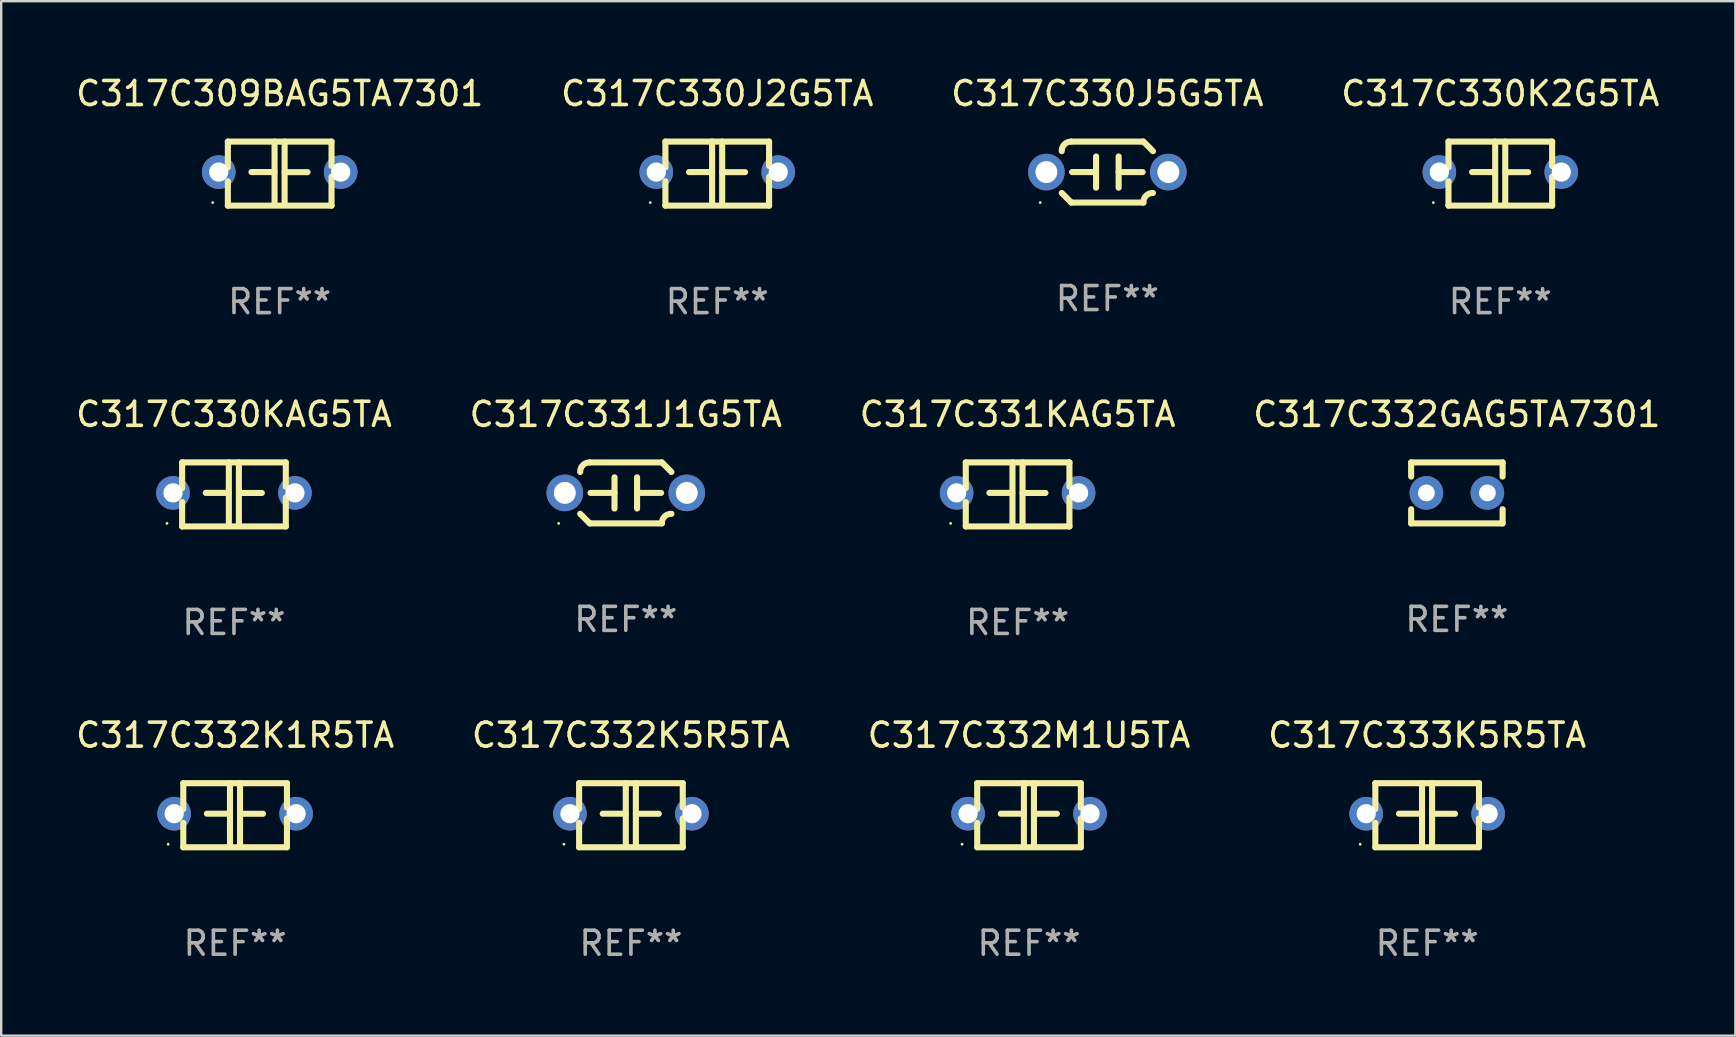
<source format=kicad_pcb>
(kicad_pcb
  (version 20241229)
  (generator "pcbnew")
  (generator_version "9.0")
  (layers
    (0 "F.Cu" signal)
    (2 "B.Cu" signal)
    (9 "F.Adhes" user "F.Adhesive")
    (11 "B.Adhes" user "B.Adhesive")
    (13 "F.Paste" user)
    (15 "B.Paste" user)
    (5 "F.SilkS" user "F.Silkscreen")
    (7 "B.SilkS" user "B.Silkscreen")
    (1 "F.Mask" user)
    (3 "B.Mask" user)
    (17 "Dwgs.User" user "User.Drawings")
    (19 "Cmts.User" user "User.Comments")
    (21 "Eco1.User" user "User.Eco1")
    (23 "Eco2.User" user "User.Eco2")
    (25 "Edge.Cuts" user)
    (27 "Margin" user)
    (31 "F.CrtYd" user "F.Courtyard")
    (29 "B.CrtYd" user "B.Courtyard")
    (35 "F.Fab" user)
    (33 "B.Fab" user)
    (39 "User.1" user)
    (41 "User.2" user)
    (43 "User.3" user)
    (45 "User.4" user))
  (footprint "C317C332GAG5TA7301"
    (layer "F.Cu")
    (at 57.637 17.482)
    (property "Reference" "C317C332GAG5TA7301" (at 0 -3.27 0) (layer "F.SilkS") (effects (font (size 1 1) (thickness 0.15))))
    (attr through_hole)
    (fp_line (start -1.905 -1.27) (end -1.905 -0.68) (stroke (width 0.254) (type solid)) (layer "F.SilkS"))
    (fp_line (start -1.905 0.68) (end -1.905 1.27) (stroke (width 0.254) (type solid)) (layer "F.SilkS"))
    (fp_line (start -1.905 1.27) (end 1.905 1.27) (stroke (width 0.254) (type solid)) (layer "F.SilkS"))
    (fp_line (start 1.905 -1.27) (end -1.905 -1.27) (stroke (width 0.254) (type solid)) (layer "F.SilkS"))
    (fp_line (start 1.905 -0.68) (end 1.905 -1.27) (stroke (width 0.254) (type solid)) (layer "F.SilkS"))
    (fp_line (start 1.905 1.27) (end 1.905 0.68) (stroke (width 0.254) (type solid)) (layer "F.SilkS"))
    (fp_circle (center -1.9 1.27) (end -1.87 1.27) (stroke (width 0.06) (type solid)) (fill no) (layer "F.SilkS"))
    (fp_text user "REF**" (at 0 5.27 0) (layer "F.Fab") (effects (font (size 1 1) (thickness 0.15))))
    (pad "1" thru_hole circle (at -1.27 0) (size 1.4 1.4) (drill 0.7) (layers "*.Cu" "*.Mask"))
    (pad "2" thru_hole circle (at 1.27 0) (size 1.4 1.4) (drill 0.7) (layers "*.Cu" "*.Mask")))
  (footprint "C317C331KAG5TA"
    (layer "F.Cu")
    (at 39.339 17.545)
    (property "Reference" "C317C331KAG5TA" (at 0 -3.334 0) (layer "F.SilkS") (effects (font (size 1 1) (thickness 0.15))))
    (attr through_hole)
    (fp_line (start -2.159 -1.334) (end 2.159 -1.334) (stroke (width 0.254) (type solid)) (layer "F.SilkS"))
    (fp_line (start -2.159 -0.256) (end -2.159 -1.334) (stroke (width 0.254) (type solid)) (layer "F.SilkS"))
    (fp_line (start -2.159 1.334) (end -2.159 0.318) (stroke (width 0.254) (type solid)) (layer "F.SilkS"))
    (fp_line (start -0.22 -0.064) (end -1.175 -0.064) (stroke (width 0.254) (type solid)) (layer "F.SilkS"))
    (fp_line (start -0.214 -1.334) (end -0.214 1.207) (stroke (width 0.254) (type solid)) (layer "F.SilkS"))
    (fp_line (start 0.205 -1.334) (end 0.205 1.207) (stroke (width 0.254) (type solid)) (layer "F.SilkS"))
    (fp_line (start 0.205 -0.061) (end 1.16 -0.061) (stroke (width 0.254) (type solid)) (layer "F.SilkS"))
    (fp_line (start 2.159 -1.334) (end 2.159 -0.318) (stroke (width 0.254) (type solid)) (layer "F.SilkS"))
    (fp_line (start 2.159 0.129) (end 2.159 1.334) (stroke (width 0.254) (type solid)) (layer "F.SilkS"))
    (fp_line (start 2.159 1.334) (end -2.159 1.334) (stroke (width 0.254) (type solid)) (layer "F.SilkS"))
    (fp_circle (center -2.79 1.207) (end -2.76 1.207) (stroke (width 0.06) (type solid)) (fill no) (layer "F.SilkS"))
    (fp_text user "REF**" (at 0 5.334 0) (layer "F.Fab") (effects (font (size 1 1) (thickness 0.15))))
    (pad "1" thru_hole circle (at -2.54 -0.064) (size 1.4 1.4) (drill 0.8) (layers "*.Cu" "*.Mask"))
    (pad "2" thru_hole circle (at 2.54 -0.064) (size 1.4 1.4) (drill 0.8) (layers "*.Cu" "*.Mask")))
  (footprint "C317C330J2G5TA"
    (layer "F.Cu")
    (at 26.827 4.182)
    (property "Reference" "C317C330J2G5TA" (at 0 -3.334 0) (layer "F.SilkS") (effects (font (size 1 1) (thickness 0.15))))
    (attr through_hole)
    (fp_line (start -2.159 -1.334) (end 2.159 -1.334) (stroke (width 0.254) (type solid)) (layer "F.SilkS"))
    (fp_line (start -2.159 -0.256) (end -2.159 -1.334) (stroke (width 0.254) (type solid)) (layer "F.SilkS"))
    (fp_line (start -2.159 1.334) (end -2.159 0.318) (stroke (width 0.254) (type solid)) (layer "F.SilkS"))
    (fp_line (start -0.22 -0.064) (end -1.175 -0.064) (stroke (width 0.254) (type solid)) (layer "F.SilkS"))
    (fp_line (start -0.214 -1.334) (end -0.214 1.207) (stroke (width 0.254) (type solid)) (layer "F.SilkS"))
    (fp_line (start 0.205 -1.334) (end 0.205 1.207) (stroke (width 0.254) (type solid)) (layer "F.SilkS"))
    (fp_line (start 0.205 -0.061) (end 1.16 -0.061) (stroke (width 0.254) (type solid)) (layer "F.SilkS"))
    (fp_line (start 2.159 -1.334) (end 2.159 -0.318) (stroke (width 0.254) (type solid)) (layer "F.SilkS"))
    (fp_line (start 2.159 0.129) (end 2.159 1.334) (stroke (width 0.254) (type solid)) (layer "F.SilkS"))
    (fp_line (start 2.159 1.334) (end -2.159 1.334) (stroke (width 0.254) (type solid)) (layer "F.SilkS"))
    (fp_circle (center -2.79 1.207) (end -2.76 1.207) (stroke (width 0.06) (type solid)) (fill no) (layer "F.SilkS"))
    (fp_text user "REF**" (at 0 5.334 0) (layer "F.Fab") (effects (font (size 1 1) (thickness 0.15))))
    (pad "1" thru_hole circle (at -2.54 -0.064) (size 1.4 1.4) (drill 0.8) (layers "*.Cu" "*.Mask"))
    (pad "2" thru_hole circle (at 2.54 -0.064) (size 1.4 1.4) (drill 0.8) (layers "*.Cu" "*.Mask")))
  (footprint "C317C330J5G5TA"
    (layer "F.Cu")
    (at 43.077 4.118)
    (property "Reference" "C317C330J5G5TA" (at 0 -3.27 0) (layer "F.SilkS") (effects (font (size 1 1) (thickness 0.15))))
    (attr through_hole)
    (fp_line (start -1.5 -1.27) (end 1.5 -1.27) (stroke (width 0.254) (type solid)) (layer "F.SilkS"))
    (fp_line (start -0.47 -0.65) (end -0.47 0.65) (stroke (width 0.254) (type solid)) (layer "F.SilkS"))
    (fp_line (start -0.47 -0.000381) (end -1.47 -0.000381) (stroke (width 0.254) (type solid)) (layer "F.SilkS"))
    (fp_line (start 0.47 0.000356) (end 1.47 0.000356) (stroke (width 0.254) (type solid)) (layer "F.SilkS"))
    (fp_line (start 0.47 0.65) (end 0.47 -0.65) (stroke (width 0.254) (type solid)) (layer "F.SilkS"))
    (fp_line (start 1.5 1.27) (end -1.5 1.27) (stroke (width 0.254) (type solid)) (layer "F.SilkS"))
    (fp_arc (start -1.899924 -0.871221) (mid -1.78599 -1.156887) (end -1.5 -1.270003) (stroke (width 0.254001) (type solid)) (layer "F.SilkS"))
    (fp_arc (start -1.501217 1.269929) (mid -1.700682 1.070039) (end -1.9 0.870003) (stroke (width 0.254001) (type solid)) (layer "F.SilkS"))
    (fp_arc (start 1.5 1.270003) (mid 1.614112 0.984517) (end 1.899923 0.871222) (stroke (width 0.254001) (type solid)) (layer "F.SilkS"))
    (fp_arc (start 1.501219 -1.269927) (mid 1.70319 -1.072538) (end 1.9 -0.870003) (stroke (width 0.254001) (type solid)) (layer "F.SilkS"))
    (fp_circle (center -2.795 1.27) (end -2.765 1.27) (stroke (width 0.06) (type solid)) (fill no) (layer "F.SilkS"))
    (fp_text user "REF**" (at 0 5.27 0) (layer "F.Fab") (effects (font (size 1 1) (thickness 0.15))))
    (pad "1" thru_hole circle (at -2.54 0) (size 1.524 1.524) (drill 0.914) (layers "*.Cu" "*.Mask"))
    (pad "2" thru_hole circle (at 2.54 0) (size 1.524 1.524) (drill 0.914) (layers "*.Cu" "*.Mask")))
  (footprint "C317C333K5R5TA"
    (layer "F.Cu")
    (at 56.399 30.909)
    (property "Reference" "C317C333K5R5TA" (at 0 -3.334 0) (layer "F.SilkS") (effects (font (size 1 1) (thickness 0.15))))
    (attr through_hole)
    (fp_line (start -2.159 -1.334) (end 2.159 -1.334) (stroke (width 0.254) (type solid)) (layer "F.SilkS"))
    (fp_line (start -2.159 -0.256) (end -2.159 -1.334) (stroke (width 0.254) (type solid)) (layer "F.SilkS"))
    (fp_line (start -2.159 1.334) (end -2.159 0.318) (stroke (width 0.254) (type solid)) (layer "F.SilkS"))
    (fp_line (start -0.22 -0.064) (end -1.175 -0.064) (stroke (width 0.254) (type solid)) (layer "F.SilkS"))
    (fp_line (start -0.214 -1.334) (end -0.214 1.207) (stroke (width 0.254) (type solid)) (layer "F.SilkS"))
    (fp_line (start 0.205 -1.334) (end 0.205 1.207) (stroke (width 0.254) (type solid)) (layer "F.SilkS"))
    (fp_line (start 0.205 -0.061) (end 1.16 -0.061) (stroke (width 0.254) (type solid)) (layer "F.SilkS"))
    (fp_line (start 2.159 -1.334) (end 2.159 -0.318) (stroke (width 0.254) (type solid)) (layer "F.SilkS"))
    (fp_line (start 2.159 0.129) (end 2.159 1.334) (stroke (width 0.254) (type solid)) (layer "F.SilkS"))
    (fp_line (start 2.159 1.334) (end -2.159 1.334) (stroke (width 0.254) (type solid)) (layer "F.SilkS"))
    (fp_circle (center -2.79 1.207) (end -2.76 1.207) (stroke (width 0.06) (type solid)) (fill no) (layer "F.SilkS"))
    (fp_text user "REF**" (at 0 5.334 0) (layer "F.Fab") (effects (font (size 1 1) (thickness 0.15))))
    (pad "1" thru_hole circle (at -2.54 -0.064) (size 1.4 1.4) (drill 0.8) (layers "*.Cu" "*.Mask"))
    (pad "2" thru_hole circle (at 2.54 -0.064) (size 1.4 1.4) (drill 0.8) (layers "*.Cu" "*.Mask")))
  (footprint "C317C332K5R5TA"
    (layer "F.Cu")
    (at 23.232 30.909)
    (property "Reference" "C317C332K5R5TA" (at 0 -3.334 0) (layer "F.SilkS") (effects (font (size 1 1) (thickness 0.15))))
    (attr through_hole)
    (fp_line (start -2.159 -1.334) (end 2.159 -1.334) (stroke (width 0.254) (type solid)) (layer "F.SilkS"))
    (fp_line (start -2.159 -0.256) (end -2.159 -1.334) (stroke (width 0.254) (type solid)) (layer "F.SilkS"))
    (fp_line (start -2.159 1.334) (end -2.159 0.318) (stroke (width 0.254) (type solid)) (layer "F.SilkS"))
    (fp_line (start -0.22 -0.064) (end -1.175 -0.064) (stroke (width 0.254) (type solid)) (layer "F.SilkS"))
    (fp_line (start -0.214 -1.334) (end -0.214 1.207) (stroke (width 0.254) (type solid)) (layer "F.SilkS"))
    (fp_line (start 0.205 -1.334) (end 0.205 1.207) (stroke (width 0.254) (type solid)) (layer "F.SilkS"))
    (fp_line (start 0.205 -0.061) (end 1.16 -0.061) (stroke (width 0.254) (type solid)) (layer "F.SilkS"))
    (fp_line (start 2.159 -1.334) (end 2.159 -0.318) (stroke (width 0.254) (type solid)) (layer "F.SilkS"))
    (fp_line (start 2.159 0.129) (end 2.159 1.334) (stroke (width 0.254) (type solid)) (layer "F.SilkS"))
    (fp_line (start 2.159 1.334) (end -2.159 1.334) (stroke (width 0.254) (type solid)) (layer "F.SilkS"))
    (fp_circle (center -2.79 1.207) (end -2.76 1.207) (stroke (width 0.06) (type solid)) (fill no) (layer "F.SilkS"))
    (fp_text user "REF**" (at 0 5.334 0) (layer "F.Fab") (effects (font (size 1 1) (thickness 0.15))))
    (pad "1" thru_hole circle (at -2.54 -0.064) (size 1.4 1.4) (drill 0.8) (layers "*.Cu" "*.Mask"))
    (pad "2" thru_hole circle (at 2.54 -0.064) (size 1.4 1.4) (drill 0.8) (layers "*.Cu" "*.Mask")))
  (footprint "C317C332M1U5TA"
    (layer "F.Cu")
    (at 39.815 30.909)
    (property "Reference" "C317C332M1U5TA" (at 0 -3.334 0) (layer "F.SilkS") (effects (font (size 1 1) (thickness 0.15))))
    (attr through_hole)
    (fp_line (start -2.159 -1.334) (end 2.159 -1.334) (stroke (width 0.254) (type solid)) (layer "F.SilkS"))
    (fp_line (start -2.159 -0.256) (end -2.159 -1.334) (stroke (width 0.254) (type solid)) (layer "F.SilkS"))
    (fp_line (start -2.159 1.334) (end -2.159 0.318) (stroke (width 0.254) (type solid)) (layer "F.SilkS"))
    (fp_line (start -0.22 -0.064) (end -1.175 -0.064) (stroke (width 0.254) (type solid)) (layer "F.SilkS"))
    (fp_line (start -0.214 -1.334) (end -0.214 1.207) (stroke (width 0.254) (type solid)) (layer "F.SilkS"))
    (fp_line (start 0.205 -1.334) (end 0.205 1.207) (stroke (width 0.254) (type solid)) (layer "F.SilkS"))
    (fp_line (start 0.205 -0.061) (end 1.16 -0.061) (stroke (width 0.254) (type solid)) (layer "F.SilkS"))
    (fp_line (start 2.159 -1.334) (end 2.159 -0.318) (stroke (width 0.254) (type solid)) (layer "F.SilkS"))
    (fp_line (start 2.159 0.129) (end 2.159 1.334) (stroke (width 0.254) (type solid)) (layer "F.SilkS"))
    (fp_line (start 2.159 1.334) (end -2.159 1.334) (stroke (width 0.254) (type solid)) (layer "F.SilkS"))
    (fp_circle (center -2.79 1.207) (end -2.76 1.207) (stroke (width 0.06) (type solid)) (fill no) (layer "F.SilkS"))
    (fp_text user "REF**" (at 0 5.334 0) (layer "F.Fab") (effects (font (size 1 1) (thickness 0.15))))
    (pad "1" thru_hole circle (at -2.54 -0.064) (size 1.4 1.4) (drill 0.8) (layers "*.Cu" "*.Mask"))
    (pad "2" thru_hole circle (at 2.54 -0.064) (size 1.4 1.4) (drill 0.8) (layers "*.Cu" "*.Mask")))
  (footprint "C317C309BAG5TA7301"
    (layer "F.Cu")
    (at 8.601 4.182)
    (property "Reference" "C317C309BAG5TA7301" (at 0 -3.334 0) (layer "F.SilkS") (effects (font (size 1 1) (thickness 0.15))))
    (attr through_hole)
    (fp_line (start -2.159 -1.334) (end 2.159 -1.334) (stroke (width 0.254) (type solid)) (layer "F.SilkS"))
    (fp_line (start -2.159 -0.256) (end -2.159 -1.334) (stroke (width 0.254) (type solid)) (layer "F.SilkS"))
    (fp_line (start -2.159 1.334) (end -2.159 0.318) (stroke (width 0.254) (type solid)) (layer "F.SilkS"))
    (fp_line (start -0.22 -0.064) (end -1.175 -0.064) (stroke (width 0.254) (type solid)) (layer "F.SilkS"))
    (fp_line (start -0.214 -1.334) (end -0.214 1.207) (stroke (width 0.254) (type solid)) (layer "F.SilkS"))
    (fp_line (start 0.205 -1.334) (end 0.205 1.207) (stroke (width 0.254) (type solid)) (layer "F.SilkS"))
    (fp_line (start 0.205 -0.061) (end 1.16 -0.061) (stroke (width 0.254) (type solid)) (layer "F.SilkS"))
    (fp_line (start 2.159 -1.334) (end 2.159 -0.318) (stroke (width 0.254) (type solid)) (layer "F.SilkS"))
    (fp_line (start 2.159 0.129) (end 2.159 1.334) (stroke (width 0.254) (type solid)) (layer "F.SilkS"))
    (fp_line (start 2.159 1.334) (end -2.159 1.334) (stroke (width 0.254) (type solid)) (layer "F.SilkS"))
    (fp_circle (center -2.79 1.207) (end -2.76 1.207) (stroke (width 0.06) (type solid)) (fill no) (layer "F.SilkS"))
    (fp_text user "REF**" (at 0 5.334 0) (layer "F.Fab") (effects (font (size 1 1) (thickness 0.15))))
    (pad "1" thru_hole circle (at -2.54 -0.064) (size 1.4 1.4) (drill 0.8) (layers "*.Cu" "*.Mask"))
    (pad "2" thru_hole circle (at 2.54 -0.064) (size 1.4 1.4) (drill 0.8) (layers "*.Cu" "*.Mask")))
  (footprint "C317C330K2G5TA"
    (layer "F.Cu")
    (at 59.446 4.182)
    (property "Reference" "C317C330K2G5TA" (at 0 -3.334 0) (layer "F.SilkS") (effects (font (size 1 1) (thickness 0.15))))
    (attr through_hole)
    (fp_line (start -2.159 -1.334) (end 2.159 -1.334) (stroke (width 0.254) (type solid)) (layer "F.SilkS"))
    (fp_line (start -2.159 -0.256) (end -2.159 -1.334) (stroke (width 0.254) (type solid)) (layer "F.SilkS"))
    (fp_line (start -2.159 1.334) (end -2.159 0.318) (stroke (width 0.254) (type solid)) (layer "F.SilkS"))
    (fp_line (start -0.22 -0.064) (end -1.175 -0.064) (stroke (width 0.254) (type solid)) (layer "F.SilkS"))
    (fp_line (start -0.214 -1.334) (end -0.214 1.207) (stroke (width 0.254) (type solid)) (layer "F.SilkS"))
    (fp_line (start 0.205 -1.334) (end 0.205 1.207) (stroke (width 0.254) (type solid)) (layer "F.SilkS"))
    (fp_line (start 0.205 -0.061) (end 1.16 -0.061) (stroke (width 0.254) (type solid)) (layer "F.SilkS"))
    (fp_line (start 2.159 -1.334) (end 2.159 -0.318) (stroke (width 0.254) (type solid)) (layer "F.SilkS"))
    (fp_line (start 2.159 0.129) (end 2.159 1.334) (stroke (width 0.254) (type solid)) (layer "F.SilkS"))
    (fp_line (start 2.159 1.334) (end -2.159 1.334) (stroke (width 0.254) (type solid)) (layer "F.SilkS"))
    (fp_circle (center -2.79 1.207) (end -2.76 1.207) (stroke (width 0.06) (type solid)) (fill no) (layer "F.SilkS"))
    (fp_text user "REF**" (at 0 5.334 0) (layer "F.Fab") (effects (font (size 1 1) (thickness 0.15))))
    (pad "1" thru_hole circle (at -2.54 -0.064) (size 1.4 1.4) (drill 0.8) (layers "*.Cu" "*.Mask"))
    (pad "2" thru_hole circle (at 2.54 -0.064) (size 1.4 1.4) (drill 0.8) (layers "*.Cu" "*.Mask")))
  (footprint "C317C331J1G5TA"
    (layer "F.Cu")
    (at 23.018 17.482)
    (property "Reference" "C317C331J1G5TA" (at 0 -3.27 0) (layer "F.SilkS") (effects (font (size 1 1) (thickness 0.15))))
    (attr through_hole)
    (fp_line (start -1.5 -1.27) (end 1.5 -1.27) (stroke (width 0.254) (type solid)) (layer "F.SilkS"))
    (fp_line (start -0.47 -0.65) (end -0.47 0.65) (stroke (width 0.254) (type solid)) (layer "F.SilkS"))
    (fp_line (start -0.47 -0.000381) (end -1.47 -0.000381) (stroke (width 0.254) (type solid)) (layer "F.SilkS"))
    (fp_line (start 0.47 0.000356) (end 1.47 0.000356) (stroke (width 0.254) (type solid)) (layer "F.SilkS"))
    (fp_line (start 0.47 0.65) (end 0.47 -0.65) (stroke (width 0.254) (type solid)) (layer "F.SilkS"))
    (fp_line (start 1.5 1.27) (end -1.5 1.27) (stroke (width 0.254) (type solid)) (layer "F.SilkS"))
    (fp_arc (start -1.899924 -0.871221) (mid -1.78599 -1.156887) (end -1.5 -1.270003) (stroke (width 0.254001) (type solid)) (layer "F.SilkS"))
    (fp_arc (start -1.501217 1.269929) (mid -1.700682 1.070039) (end -1.9 0.870003) (stroke (width 0.254001) (type solid)) (layer "F.SilkS"))
    (fp_arc (start 1.5 1.270003) (mid 1.614112 0.984517) (end 1.899923 0.871222) (stroke (width 0.254001) (type solid)) (layer "F.SilkS"))
    (fp_arc (start 1.501219 -1.269927) (mid 1.70319 -1.072538) (end 1.9 -0.870003) (stroke (width 0.254001) (type solid)) (layer "F.SilkS"))
    (fp_circle (center -2.795 1.27) (end -2.765 1.27) (stroke (width 0.06) (type solid)) (fill no) (layer "F.SilkS"))
    (fp_text user "REF**" (at 0 5.27 0) (layer "F.Fab") (effects (font (size 1 1) (thickness 0.15))))
    (pad "1" thru_hole circle (at -2.54 0) (size 1.524 1.524) (drill 0.914) (layers "*.Cu" "*.Mask"))
    (pad "2" thru_hole circle (at 2.54 0) (size 1.524 1.524) (drill 0.914) (layers "*.Cu" "*.Mask")))
  (footprint "C317C330KAG5TA"
    (layer "F.Cu")
    (at 6.696 17.545)
    (property "Reference" "C317C330KAG5TA" (at 0 -3.334 0) (layer "F.SilkS") (effects (font (size 1 1) (thickness 0.15))))
    (attr through_hole)
    (fp_line (start -2.159 -1.334) (end 2.159 -1.334) (stroke (width 0.254) (type solid)) (layer "F.SilkS"))
    (fp_line (start -2.159 -0.256) (end -2.159 -1.334) (stroke (width 0.254) (type solid)) (layer "F.SilkS"))
    (fp_line (start -2.159 1.334) (end -2.159 0.318) (stroke (width 0.254) (type solid)) (layer "F.SilkS"))
    (fp_line (start -0.22 -0.064) (end -1.175 -0.064) (stroke (width 0.254) (type solid)) (layer "F.SilkS"))
    (fp_line (start -0.214 -1.334) (end -0.214 1.207) (stroke (width 0.254) (type solid)) (layer "F.SilkS"))
    (fp_line (start 0.205 -1.334) (end 0.205 1.207) (stroke (width 0.254) (type solid)) (layer "F.SilkS"))
    (fp_line (start 0.205 -0.061) (end 1.16 -0.061) (stroke (width 0.254) (type solid)) (layer "F.SilkS"))
    (fp_line (start 2.159 -1.334) (end 2.159 -0.318) (stroke (width 0.254) (type solid)) (layer "F.SilkS"))
    (fp_line (start 2.159 0.129) (end 2.159 1.334) (stroke (width 0.254) (type solid)) (layer "F.SilkS"))
    (fp_line (start 2.159 1.334) (end -2.159 1.334) (stroke (width 0.254) (type solid)) (layer "F.SilkS"))
    (fp_circle (center -2.79 1.207) (end -2.76 1.207) (stroke (width 0.06) (type solid)) (fill no) (layer "F.SilkS"))
    (fp_text user "REF**" (at 0 5.334 0) (layer "F.Fab") (effects (font (size 1 1) (thickness 0.15))))
    (pad "1" thru_hole circle (at -2.54 -0.064) (size 1.4 1.4) (drill 0.8) (layers "*.Cu" "*.Mask"))
    (pad "2" thru_hole circle (at 2.54 -0.064) (size 1.4 1.4) (drill 0.8) (layers "*.Cu" "*.Mask")))
  (footprint "C317C332K1R5TA"
    (layer "F.Cu")
    (at 6.744 30.909)
    (property "Reference" "C317C332K1R5TA" (at 0 -3.334 0) (layer "F.SilkS") (effects (font (size 1 1) (thickness 0.15))))
    (attr through_hole)
    (fp_line (start -2.159 -1.334) (end 2.159 -1.334) (stroke (width 0.254) (type solid)) (layer "F.SilkS"))
    (fp_line (start -2.159 -0.256) (end -2.159 -1.334) (stroke (width 0.254) (type solid)) (layer "F.SilkS"))
    (fp_line (start -2.159 1.334) (end -2.159 0.318) (stroke (width 0.254) (type solid)) (layer "F.SilkS"))
    (fp_line (start -0.22 -0.064) (end -1.175 -0.064) (stroke (width 0.254) (type solid)) (layer "F.SilkS"))
    (fp_line (start -0.214 -1.334) (end -0.214 1.207) (stroke (width 0.254) (type solid)) (layer "F.SilkS"))
    (fp_line (start 0.205 -1.334) (end 0.205 1.207) (stroke (width 0.254) (type solid)) (layer "F.SilkS"))
    (fp_line (start 0.205 -0.061) (end 1.16 -0.061) (stroke (width 0.254) (type solid)) (layer "F.SilkS"))
    (fp_line (start 2.159 -1.334) (end 2.159 -0.318) (stroke (width 0.254) (type solid)) (layer "F.SilkS"))
    (fp_line (start 2.159 0.129) (end 2.159 1.334) (stroke (width 0.254) (type solid)) (layer "F.SilkS"))
    (fp_line (start 2.159 1.334) (end -2.159 1.334) (stroke (width 0.254) (type solid)) (layer "F.SilkS"))
    (fp_circle (center -2.79 1.207) (end -2.76 1.207) (stroke (width 0.06) (type solid)) (fill no) (layer "F.SilkS"))
    (fp_text user "REF**" (at 0 5.334 0) (layer "F.Fab") (effects (font (size 1 1) (thickness 0.15))))
    (pad "1" thru_hole circle (at -2.54 -0.064) (size 1.4 1.4) (drill 0.8) (layers "*.Cu" "*.Mask"))
    (pad "2" thru_hole circle (at 2.54 -0.064) (size 1.4 1.4) (drill 0.8) (layers "*.Cu" "*.Mask")))
  (gr_rect
    (start -3 -3)
    (end 69.238 40.091)
    (stroke (width 0.1) (type default))
    (fill no)
    (layer "Edge.Cuts")))
</source>
